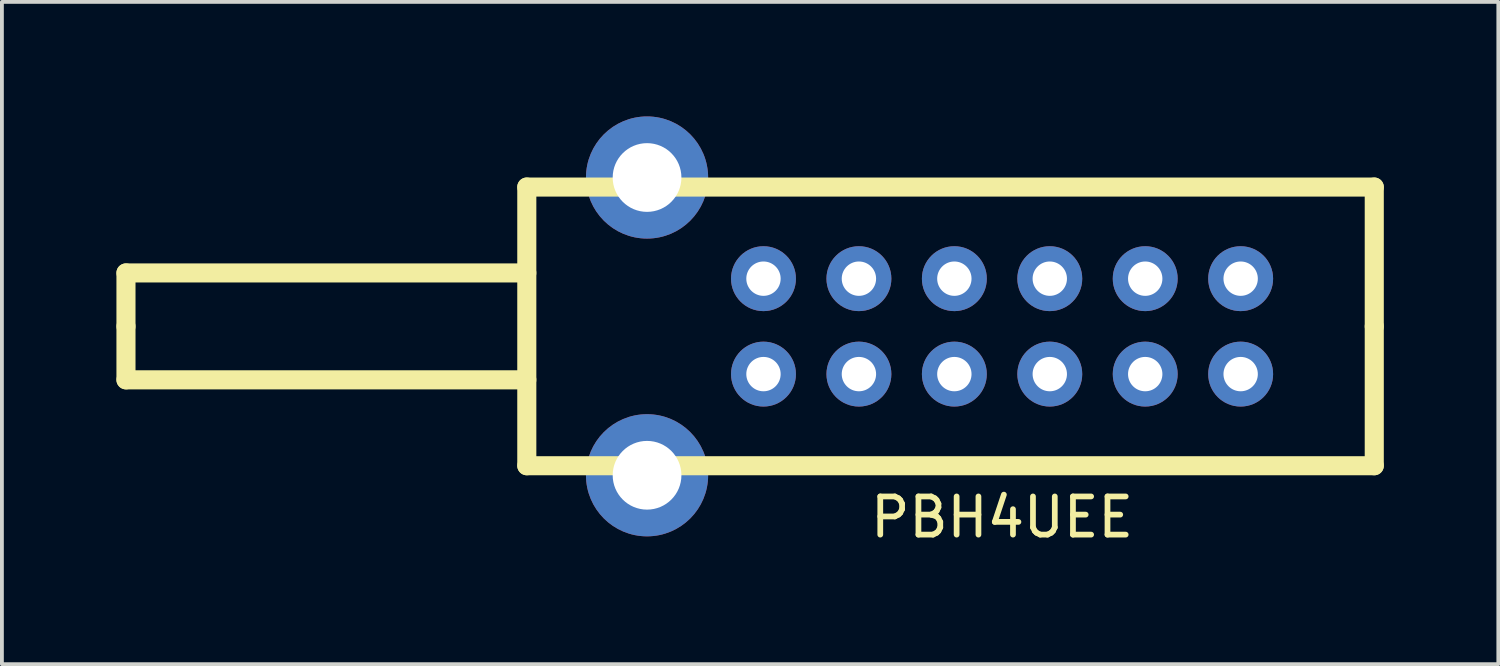
<source format=kicad_pcb>
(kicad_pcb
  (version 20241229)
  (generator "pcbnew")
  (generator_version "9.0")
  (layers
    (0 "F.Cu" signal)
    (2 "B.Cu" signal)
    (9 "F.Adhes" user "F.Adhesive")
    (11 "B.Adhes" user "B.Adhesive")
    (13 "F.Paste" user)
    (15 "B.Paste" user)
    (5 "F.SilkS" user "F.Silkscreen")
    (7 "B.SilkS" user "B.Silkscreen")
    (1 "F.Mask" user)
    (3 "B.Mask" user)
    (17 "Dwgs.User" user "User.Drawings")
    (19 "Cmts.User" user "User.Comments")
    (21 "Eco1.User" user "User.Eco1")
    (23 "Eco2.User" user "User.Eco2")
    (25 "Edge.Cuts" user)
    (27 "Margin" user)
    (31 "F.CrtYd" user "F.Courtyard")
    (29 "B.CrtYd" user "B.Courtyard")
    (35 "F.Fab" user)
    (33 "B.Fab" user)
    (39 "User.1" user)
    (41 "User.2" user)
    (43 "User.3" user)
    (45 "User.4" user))
  (footprint "PBH4UEE"
    (layer "F.Cu")
    (at 23.2 5.5)
    (property "Reference" "PBH4UEE" (at 0 5 0) (layer "F.SilkS") (effects (font (size 1 1) (thickness 0.15))))
    (attr through_hole)
    (fp_line (start -22.95 -1.4) (end -12.45 -1.4) (stroke (width 0.5) (type solid)) (layer "F.SilkS"))
    (fp_line (start -22.95 0) (end -22.95 -1.4) (stroke (width 0.5) (type solid)) (layer "F.SilkS"))
    (fp_line (start -22.95 0) (end -22.95 1.4) (stroke (width 0.5) (type solid)) (layer "F.SilkS"))
    (fp_line (start -22.95 1.4) (end -12.45 1.4) (stroke (width 0.5) (type solid)) (layer "F.SilkS"))
    (fp_line (start -12.45 -3.65) (end -12.45 3.65) (stroke (width 0.5) (type solid)) (layer "F.SilkS"))
    (fp_line (start -12.45 -3.65) (end 9.75 -3.65) (stroke (width 0.5) (type solid)) (layer "F.SilkS"))
    (fp_line (start -12.45 3.65) (end 9.75 3.65) (stroke (width 0.5) (type solid)) (layer "F.SilkS"))
    (fp_line (start 9.75 -3.65) (end 9.75 0) (stroke (width 0.5) (type solid)) (layer "F.SilkS"))
    (fp_line (start 9.75 3.65) (end 9.75 0) (stroke (width 0.5) (type solid)) (layer "F.SilkS"))
    (pad "1" thru_hole circle (at 6.25 1.25) (size 1.7 1.7) (drill 0.9) (layers "*.Cu" "*.Mask"))
    (pad "2" thru_hole circle (at 3.75 1.25) (size 1.7 1.7) (drill 0.9) (layers "*.Cu" "*.Mask"))
    (pad "3" thru_hole circle (at 1.25 1.25) (size 1.7 1.7) (drill 0.9) (layers "*.Cu" "*.Mask"))
    (pad "4" thru_hole circle (at -1.25 1.25) (size 1.7 1.7) (drill 0.9) (layers "*.Cu" "*.Mask"))
    (pad "5" thru_hole circle (at -3.75 1.25) (size 1.7 1.7) (drill 0.9) (layers "*.Cu" "*.Mask"))
    (pad "6" thru_hole circle (at -6.25 1.25) (size 1.7 1.7) (drill 0.9) (layers "*.Cu" "*.Mask"))
    (pad "7" thru_hole circle (at 6.25 -1.25) (size 1.7 1.7) (drill 0.9) (layers "*.Cu" "*.Mask"))
    (pad "8" thru_hole circle (at 3.75 -1.25) (size 1.7 1.7) (drill 0.9) (layers "*.Cu" "*.Mask"))
    (pad "9" thru_hole circle (at 1.25 -1.25) (size 1.7 1.7) (drill 0.9) (layers "*.Cu" "*.Mask"))
    (pad "10" thru_hole circle (at -1.25 -1.25) (size 1.7 1.7) (drill 0.9) (layers "*.Cu" "*.Mask"))
    (pad "11" thru_hole circle (at -3.75 -1.25) (size 1.7 1.7) (drill 0.9) (layers "*.Cu" "*.Mask"))
    (pad "12" thru_hole circle (at -6.25 -1.25) (size 1.7 1.7) (drill 0.9) (layers "*.Cu" "*.Mask"))
    (pad "S" thru_hole circle (at -9.3 -3.9) (size 3.2 3.2) (drill 1.8) (layers "*.Cu" "*.Mask"))
    (pad "S" thru_hole circle (at -9.3 3.9) (size 3.2 3.2) (drill 1.8) (layers "*.Cu" "*.Mask")))
  (gr_rect
    (start -3 -3)
    (end 36.2 14.348)
    (stroke (width 0.1) (type default))
    (fill no)
    (layer "Edge.Cuts")))
</source>
